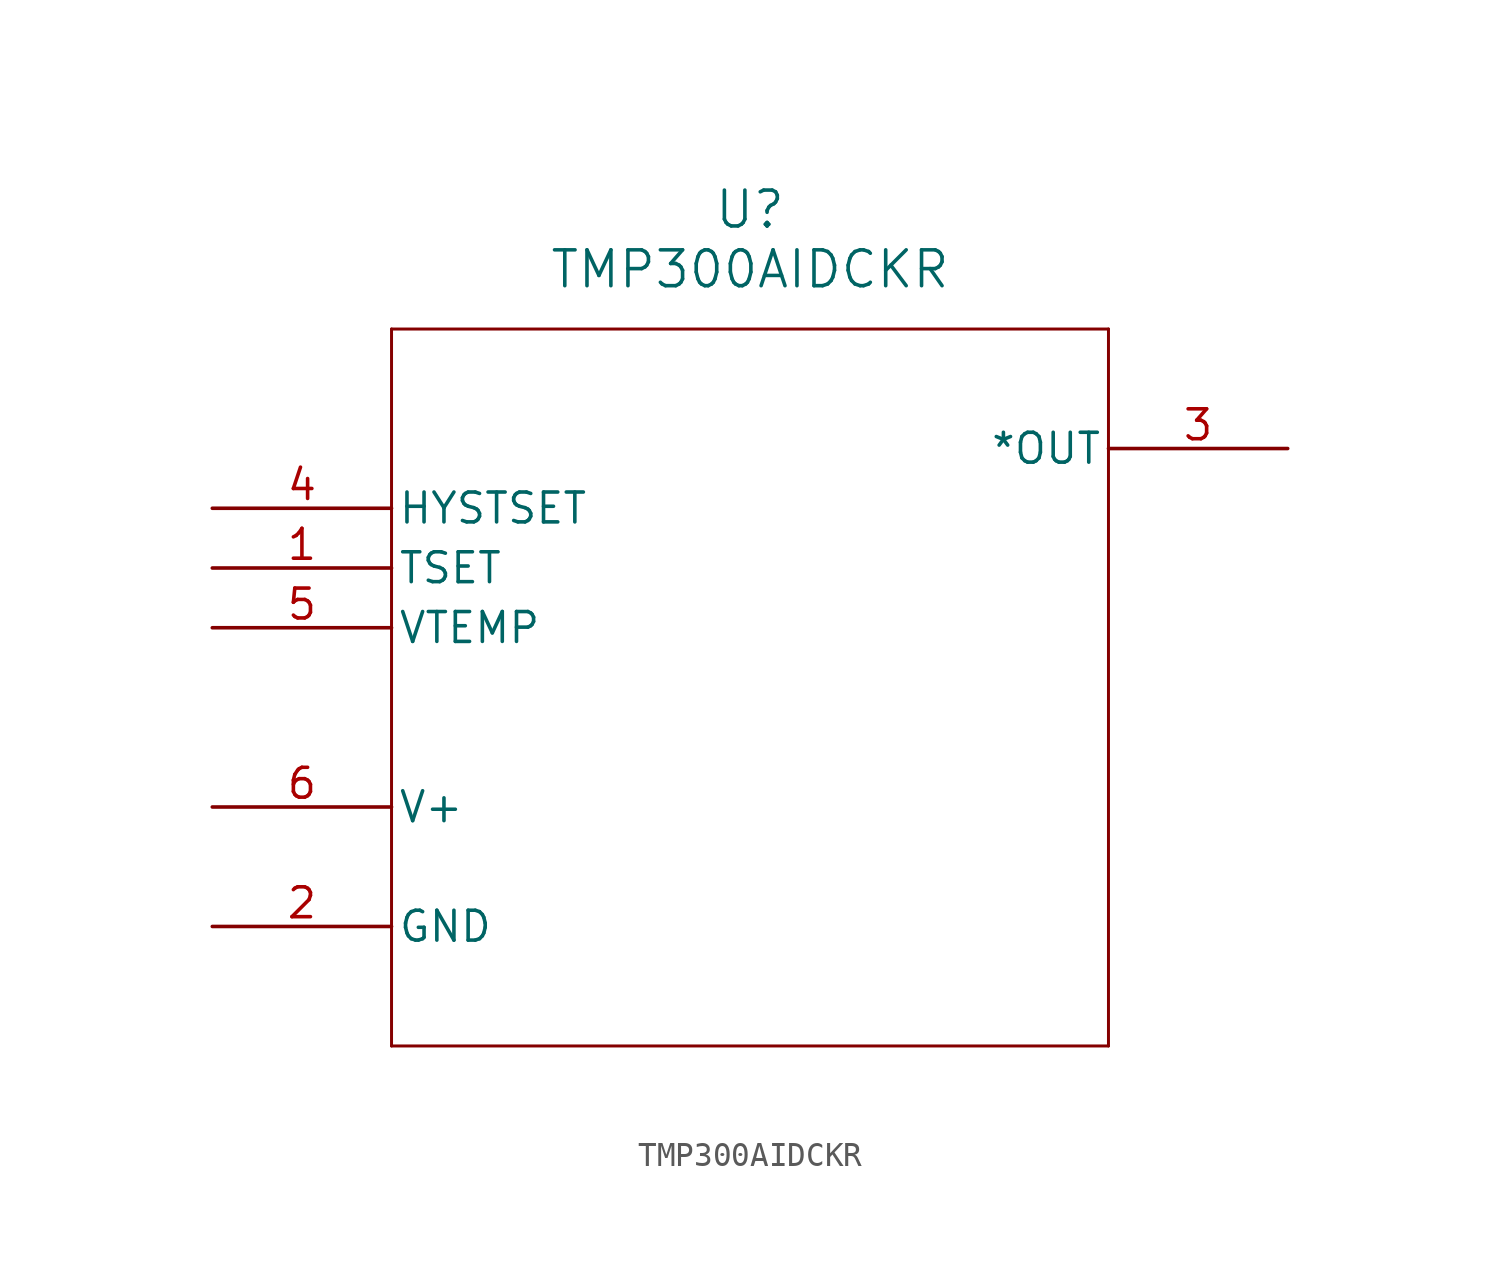
<source format=kicad_sym>
(kicad_symbol_lib
  (version 20211014)
  (generator kicad_symbol_editor)
  (symbol "TMP300AIDCKR"
    (pin_names
      (offset 0.254))
    (property "Reference" "U"
      (at 22.86 12.7 0)
      (effects (font (size 1.524 1.524))))
    (property "Value" "TMP300AIDCKR"
      (at 22.86 10.16 0)
      (effects (font (size 1.524 1.524))))
    (symbol "TMP300AIDCKR_0_1"
      (polyline (pts (xy 7.62 7.62) (xy 7.62 -22.86)) (stroke (width 0.127) (type default) (color 0 0 0 0)) (fill (type none)))
      (polyline (pts (xy 7.62 -22.86) (xy 38.1 -22.86)) (stroke (width 0.127) (type default) (color 0 0 0 0)) (fill (type none)))
      (polyline (pts (xy 38.1 -22.86) (xy 38.1 7.62)) (stroke (width 0.127) (type default) (color 0 0 0 0)) (fill (type none)))
      (polyline (pts (xy 38.1 7.62) (xy 7.62 7.62)) (stroke (width 0.127) (type default) (color 0 0 0 0)) (fill (type none)))
      (pin unspecified line (at 0 -2.54 0) (length 7.62) (name "TSET" (effects (font (size 1.27 1.27)))) (number "1" (effects (font (size 1.27 1.27)))))
      (pin power_in line (at 0 -17.78 0) (length 7.62) (name "GND" (effects (font (size 1.27 1.27)))) (number "2" (effects (font (size 1.27 1.27)))))
      (pin output line (at 45.72 2.54 180) (length 7.62) (name "*OUT" (effects (font (size 1.27 1.27)))) (number "3" (effects (font (size 1.27 1.27)))))
      (pin unspecified line (at 0 0 0) (length 7.62) (name "HYSTSET" (effects (font (size 1.27 1.27)))) (number "4" (effects (font (size 1.27 1.27)))))
      (pin unspecified line (at 0 -5.08 0) (length 7.62) (name "VTEMP" (effects (font (size 1.27 1.27)))) (number "5" (effects (font (size 1.27 1.27)))))
      (pin power_in line (at 0 -12.7 0) (length 7.62) (name "V+" (effects (font (size 1.27 1.27)))) (number "6" (effects (font (size 1.27 1.27))))))))
</source>
